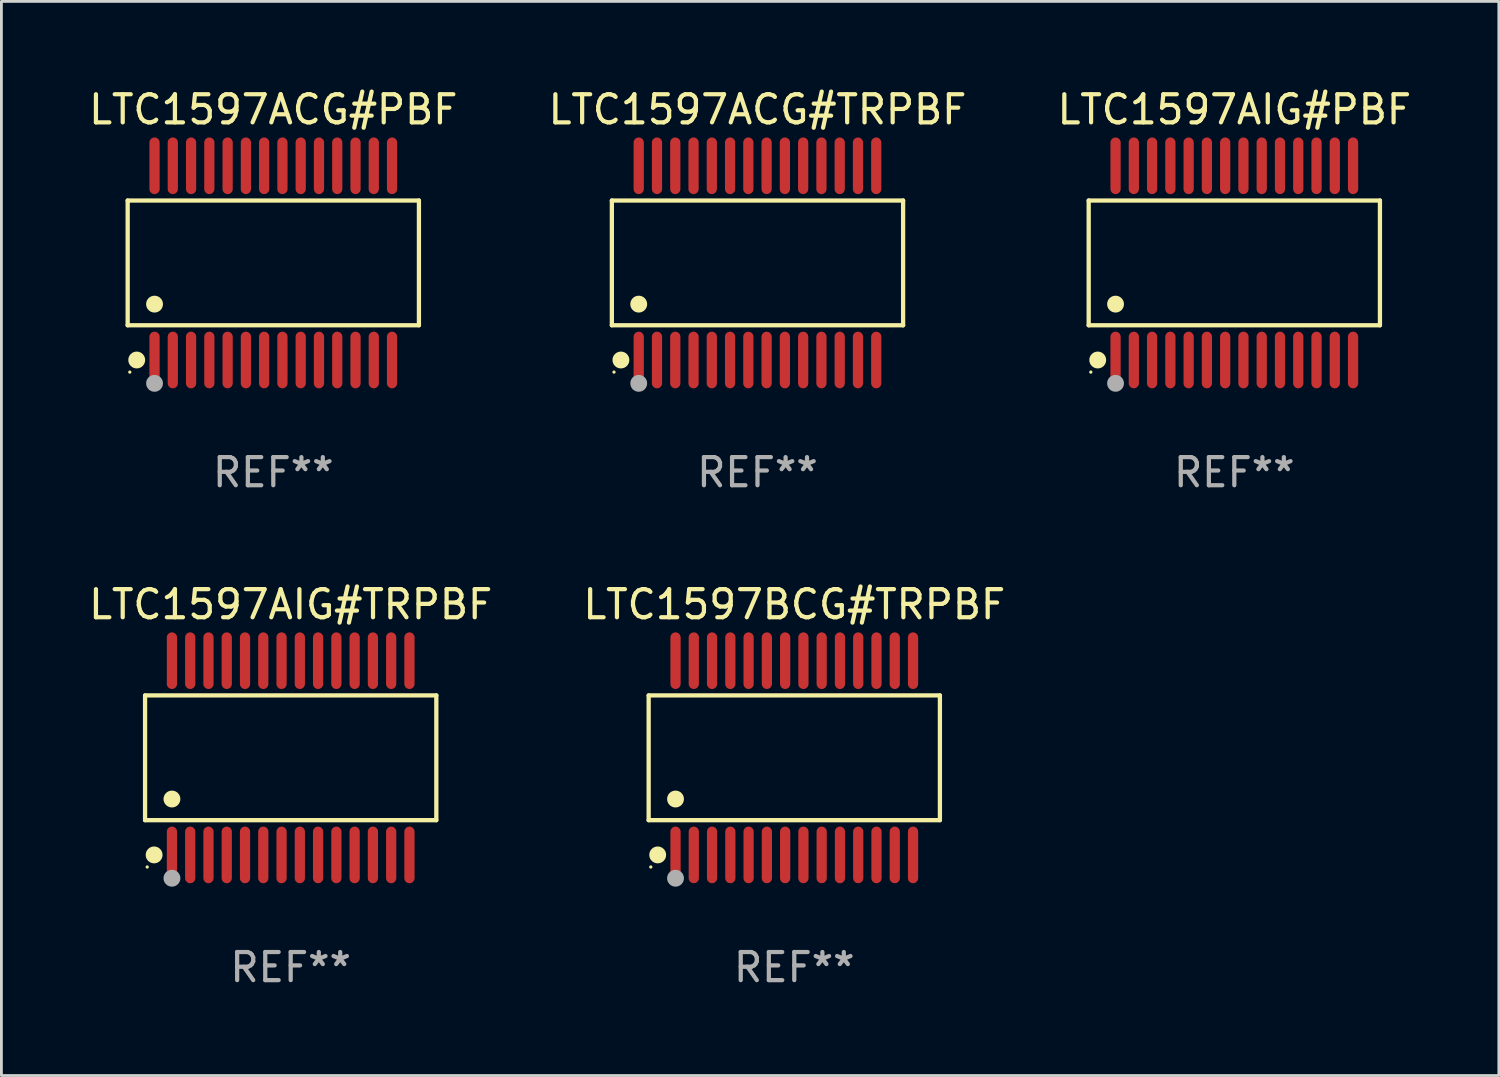
<source format=kicad_pcb>
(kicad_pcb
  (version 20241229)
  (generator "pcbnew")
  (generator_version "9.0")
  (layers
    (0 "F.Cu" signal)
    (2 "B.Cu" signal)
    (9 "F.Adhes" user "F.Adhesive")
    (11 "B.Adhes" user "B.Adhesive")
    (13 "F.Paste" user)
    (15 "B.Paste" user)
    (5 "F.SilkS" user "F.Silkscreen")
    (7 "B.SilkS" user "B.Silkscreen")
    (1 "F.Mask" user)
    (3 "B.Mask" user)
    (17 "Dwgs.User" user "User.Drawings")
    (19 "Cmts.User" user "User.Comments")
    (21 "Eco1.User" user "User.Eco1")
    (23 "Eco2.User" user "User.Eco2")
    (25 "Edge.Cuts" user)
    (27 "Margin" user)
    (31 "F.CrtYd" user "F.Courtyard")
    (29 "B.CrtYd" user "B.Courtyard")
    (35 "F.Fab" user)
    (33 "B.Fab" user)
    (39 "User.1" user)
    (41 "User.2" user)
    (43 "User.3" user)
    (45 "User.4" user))
  (footprint "LTC1597ACG#TRPBF"
    (layer "F.Cu")
    (at 23.899 6.303)
    (property "Reference" "LTC1597ACG#TRPBF" (at 0 -5.455 0) (layer "F.SilkS") (effects (font (size 1 1) (thickness 0.15))))
    (attr through_hole)
    (fp_line (start -5.181 -2.219) (end 5.181 -2.219) (stroke (width 0.152) (type solid)) (layer "F.SilkS"))
    (fp_line (start -5.181 2.219) (end -5.181 -2.219) (stroke (width 0.152) (type solid)) (layer "F.SilkS"))
    (fp_line (start 5.181 -2.219) (end 5.181 2.219) (stroke (width 0.152) (type solid)) (layer "F.SilkS"))
    (fp_line (start 5.181 2.219) (end -5.181 2.219) (stroke (width 0.152) (type solid)) (layer "F.SilkS"))
    (fp_circle (center -5.105 3.885) (end -5.075 3.885) (stroke (width 0.06) (type solid)) (fill no) (layer "F.SilkS"))
    (fp_circle (center -4.859 3.455) (end -4.709 3.455) (stroke (width 0.3) (type solid)) (fill no) (layer "F.SilkS"))
    (fp_circle (center -4.225 1.467) (end -4.075 1.467) (stroke (width 0.3) (type solid)) (fill no) (layer "F.SilkS"))
    (fp_circle (center -4.225 4.285) (end -4.075 4.285) (stroke (width 0.3) (type solid)) (fill no) (layer "F.Fab"))
    (fp_text user "REF**" (at 0 7.455 0) (layer "F.Fab") (effects (font (size 1 1) (thickness 0.15))))
    (pad "1" smd oval (at -4.225 3.455) (size 0.364 2.015) (layers "F.Cu" "F.Mask" "F.Paste"))
    (pad "2" smd oval (at -3.575 3.455) (size 0.364 2.015) (layers "F.Cu" "F.Mask" "F.Paste"))
    (pad "3" smd oval (at -2.925 3.455) (size 0.364 2.015) (layers "F.Cu" "F.Mask" "F.Paste"))
    (pad "4" smd oval (at -2.275 3.455) (size 0.364 2.015) (layers "F.Cu" "F.Mask" "F.Paste"))
    (pad "5" smd oval (at -1.625 3.455) (size 0.364 2.015) (layers "F.Cu" "F.Mask" "F.Paste"))
    (pad "6" smd oval (at -0.975 3.455) (size 0.364 2.015) (layers "F.Cu" "F.Mask" "F.Paste"))
    (pad "7" smd oval (at -0.325 3.455) (size 0.364 2.015) (layers "F.Cu" "F.Mask" "F.Paste"))
    (pad "8" smd oval (at 0.325 3.455) (size 0.364 2.015) (layers "F.Cu" "F.Mask" "F.Paste"))
    (pad "9" smd oval (at 0.975 3.455) (size 0.364 2.015) (layers "F.Cu" "F.Mask" "F.Paste"))
    (pad "10" smd oval (at 1.625 3.455) (size 0.364 2.015) (layers "F.Cu" "F.Mask" "F.Paste"))
    (pad "11" smd oval (at 2.275 3.455) (size 0.364 2.015) (layers "F.Cu" "F.Mask" "F.Paste"))
    (pad "12" smd oval (at 2.925 3.455) (size 0.364 2.015) (layers "F.Cu" "F.Mask" "F.Paste"))
    (pad "13" smd oval (at 3.575 3.455) (size 0.364 2.015) (layers "F.Cu" "F.Mask" "F.Paste"))
    (pad "14" smd oval (at 4.225 3.455) (size 0.364 2.015) (layers "F.Cu" "F.Mask" "F.Paste"))
    (pad "15" smd oval (at 4.225 -3.455) (size 0.364 2.015) (layers "F.Cu" "F.Mask" "F.Paste"))
    (pad "16" smd oval (at 3.575 -3.455) (size 0.364 2.015) (layers "F.Cu" "F.Mask" "F.Paste"))
    (pad "17" smd oval (at 2.925 -3.455) (size 0.364 2.015) (layers "F.Cu" "F.Mask" "F.Paste"))
    (pad "18" smd oval (at 2.275 -3.455) (size 0.364 2.015) (layers "F.Cu" "F.Mask" "F.Paste"))
    (pad "19" smd oval (at 1.625 -3.455) (size 0.364 2.015) (layers "F.Cu" "F.Mask" "F.Paste"))
    (pad "20" smd oval (at 0.975 -3.455) (size 0.364 2.015) (layers "F.Cu" "F.Mask" "F.Paste"))
    (pad "21" smd oval (at 0.325 -3.455) (size 0.364 2.015) (layers "F.Cu" "F.Mask" "F.Paste"))
    (pad "22" smd oval (at -0.325 -3.455) (size 0.364 2.015) (layers "F.Cu" "F.Mask" "F.Paste"))
    (pad "23" smd oval (at -0.975 -3.455) (size 0.364 2.015) (layers "F.Cu" "F.Mask" "F.Paste"))
    (pad "24" smd oval (at -1.625 -3.455) (size 0.364 2.015) (layers "F.Cu" "F.Mask" "F.Paste"))
    (pad "25" smd oval (at -2.275 -3.455) (size 0.364 2.015) (layers "F.Cu" "F.Mask" "F.Paste"))
    (pad "26" smd oval (at -2.925 -3.455) (size 0.364 2.015) (layers "F.Cu" "F.Mask" "F.Paste"))
    (pad "27" smd oval (at -3.575 -3.455) (size 0.364 2.015) (layers "F.Cu" "F.Mask" "F.Paste"))
    (pad "28" smd oval (at -4.225 -3.455) (size 0.364 2.015) (layers "F.Cu" "F.Mask" "F.Paste")))
  (footprint "LTC1597AIG#TRPBF"
    (layer "F.Cu")
    (at 7.292 23.91)
    (property "Reference" "LTC1597AIG#TRPBF" (at 0 -5.455 0) (layer "F.SilkS") (effects (font (size 1 1) (thickness 0.15))))
    (attr through_hole)
    (fp_line (start -5.181 -2.219) (end 5.181 -2.219) (stroke (width 0.152) (type solid)) (layer "F.SilkS"))
    (fp_line (start -5.181 2.219) (end -5.181 -2.219) (stroke (width 0.152) (type solid)) (layer "F.SilkS"))
    (fp_line (start 5.181 -2.219) (end 5.181 2.219) (stroke (width 0.152) (type solid)) (layer "F.SilkS"))
    (fp_line (start 5.181 2.219) (end -5.181 2.219) (stroke (width 0.152) (type solid)) (layer "F.SilkS"))
    (fp_circle (center -5.105 3.885) (end -5.075 3.885) (stroke (width 0.06) (type solid)) (fill no) (layer "F.SilkS"))
    (fp_circle (center -4.859 3.455) (end -4.709 3.455) (stroke (width 0.3) (type solid)) (fill no) (layer "F.SilkS"))
    (fp_circle (center -4.225 1.467) (end -4.075 1.467) (stroke (width 0.3) (type solid)) (fill no) (layer "F.SilkS"))
    (fp_circle (center -4.225 4.285) (end -4.075 4.285) (stroke (width 0.3) (type solid)) (fill no) (layer "F.Fab"))
    (fp_text user "REF**" (at 0 7.455 0) (layer "F.Fab") (effects (font (size 1 1) (thickness 0.15))))
    (pad "1" smd oval (at -4.225 3.455) (size 0.364 2.015) (layers "F.Cu" "F.Mask" "F.Paste"))
    (pad "2" smd oval (at -3.575 3.455) (size 0.364 2.015) (layers "F.Cu" "F.Mask" "F.Paste"))
    (pad "3" smd oval (at -2.925 3.455) (size 0.364 2.015) (layers "F.Cu" "F.Mask" "F.Paste"))
    (pad "4" smd oval (at -2.275 3.455) (size 0.364 2.015) (layers "F.Cu" "F.Mask" "F.Paste"))
    (pad "5" smd oval (at -1.625 3.455) (size 0.364 2.015) (layers "F.Cu" "F.Mask" "F.Paste"))
    (pad "6" smd oval (at -0.975 3.455) (size 0.364 2.015) (layers "F.Cu" "F.Mask" "F.Paste"))
    (pad "7" smd oval (at -0.325 3.455) (size 0.364 2.015) (layers "F.Cu" "F.Mask" "F.Paste"))
    (pad "8" smd oval (at 0.325 3.455) (size 0.364 2.015) (layers "F.Cu" "F.Mask" "F.Paste"))
    (pad "9" smd oval (at 0.975 3.455) (size 0.364 2.015) (layers "F.Cu" "F.Mask" "F.Paste"))
    (pad "10" smd oval (at 1.625 3.455) (size 0.364 2.015) (layers "F.Cu" "F.Mask" "F.Paste"))
    (pad "11" smd oval (at 2.275 3.455) (size 0.364 2.015) (layers "F.Cu" "F.Mask" "F.Paste"))
    (pad "12" smd oval (at 2.925 3.455) (size 0.364 2.015) (layers "F.Cu" "F.Mask" "F.Paste"))
    (pad "13" smd oval (at 3.575 3.455) (size 0.364 2.015) (layers "F.Cu" "F.Mask" "F.Paste"))
    (pad "14" smd oval (at 4.225 3.455) (size 0.364 2.015) (layers "F.Cu" "F.Mask" "F.Paste"))
    (pad "15" smd oval (at 4.225 -3.455) (size 0.364 2.015) (layers "F.Cu" "F.Mask" "F.Paste"))
    (pad "16" smd oval (at 3.575 -3.455) (size 0.364 2.015) (layers "F.Cu" "F.Mask" "F.Paste"))
    (pad "17" smd oval (at 2.925 -3.455) (size 0.364 2.015) (layers "F.Cu" "F.Mask" "F.Paste"))
    (pad "18" smd oval (at 2.275 -3.455) (size 0.364 2.015) (layers "F.Cu" "F.Mask" "F.Paste"))
    (pad "19" smd oval (at 1.625 -3.455) (size 0.364 2.015) (layers "F.Cu" "F.Mask" "F.Paste"))
    (pad "20" smd oval (at 0.975 -3.455) (size 0.364 2.015) (layers "F.Cu" "F.Mask" "F.Paste"))
    (pad "21" smd oval (at 0.325 -3.455) (size 0.364 2.015) (layers "F.Cu" "F.Mask" "F.Paste"))
    (pad "22" smd oval (at -0.325 -3.455) (size 0.364 2.015) (layers "F.Cu" "F.Mask" "F.Paste"))
    (pad "23" smd oval (at -0.975 -3.455) (size 0.364 2.015) (layers "F.Cu" "F.Mask" "F.Paste"))
    (pad "24" smd oval (at -1.625 -3.455) (size 0.364 2.015) (layers "F.Cu" "F.Mask" "F.Paste"))
    (pad "25" smd oval (at -2.275 -3.455) (size 0.364 2.015) (layers "F.Cu" "F.Mask" "F.Paste"))
    (pad "26" smd oval (at -2.925 -3.455) (size 0.364 2.015) (layers "F.Cu" "F.Mask" "F.Paste"))
    (pad "27" smd oval (at -3.575 -3.455) (size 0.364 2.015) (layers "F.Cu" "F.Mask" "F.Paste"))
    (pad "28" smd oval (at -4.225 -3.455) (size 0.364 2.015) (layers "F.Cu" "F.Mask" "F.Paste")))
  (footprint "LTC1597ACG#PBF"
    (layer "F.Cu")
    (at 6.673 6.303)
    (property "Reference" "LTC1597ACG#PBF" (at 0 -5.455 0) (layer "F.SilkS") (effects (font (size 1 1) (thickness 0.15))))
    (attr through_hole)
    (fp_line (start -5.181 -2.219) (end 5.181 -2.219) (stroke (width 0.152) (type solid)) (layer "F.SilkS"))
    (fp_line (start -5.181 2.219) (end -5.181 -2.219) (stroke (width 0.152) (type solid)) (layer "F.SilkS"))
    (fp_line (start 5.181 -2.219) (end 5.181 2.219) (stroke (width 0.152) (type solid)) (layer "F.SilkS"))
    (fp_line (start 5.181 2.219) (end -5.181 2.219) (stroke (width 0.152) (type solid)) (layer "F.SilkS"))
    (fp_circle (center -5.105 3.885) (end -5.075 3.885) (stroke (width 0.06) (type solid)) (fill no) (layer "F.SilkS"))
    (fp_circle (center -4.859 3.455) (end -4.709 3.455) (stroke (width 0.3) (type solid)) (fill no) (layer "F.SilkS"))
    (fp_circle (center -4.225 1.467) (end -4.075 1.467) (stroke (width 0.3) (type solid)) (fill no) (layer "F.SilkS"))
    (fp_circle (center -4.225 4.285) (end -4.075 4.285) (stroke (width 0.3) (type solid)) (fill no) (layer "F.Fab"))
    (fp_text user "REF**" (at 0 7.455 0) (layer "F.Fab") (effects (font (size 1 1) (thickness 0.15))))
    (pad "1" smd oval (at -4.225 3.455) (size 0.364 2.015) (layers "F.Cu" "F.Mask" "F.Paste"))
    (pad "2" smd oval (at -3.575 3.455) (size 0.364 2.015) (layers "F.Cu" "F.Mask" "F.Paste"))
    (pad "3" smd oval (at -2.925 3.455) (size 0.364 2.015) (layers "F.Cu" "F.Mask" "F.Paste"))
    (pad "4" smd oval (at -2.275 3.455) (size 0.364 2.015) (layers "F.Cu" "F.Mask" "F.Paste"))
    (pad "5" smd oval (at -1.625 3.455) (size 0.364 2.015) (layers "F.Cu" "F.Mask" "F.Paste"))
    (pad "6" smd oval (at -0.975 3.455) (size 0.364 2.015) (layers "F.Cu" "F.Mask" "F.Paste"))
    (pad "7" smd oval (at -0.325 3.455) (size 0.364 2.015) (layers "F.Cu" "F.Mask" "F.Paste"))
    (pad "8" smd oval (at 0.325 3.455) (size 0.364 2.015) (layers "F.Cu" "F.Mask" "F.Paste"))
    (pad "9" smd oval (at 0.975 3.455) (size 0.364 2.015) (layers "F.Cu" "F.Mask" "F.Paste"))
    (pad "10" smd oval (at 1.625 3.455) (size 0.364 2.015) (layers "F.Cu" "F.Mask" "F.Paste"))
    (pad "11" smd oval (at 2.275 3.455) (size 0.364 2.015) (layers "F.Cu" "F.Mask" "F.Paste"))
    (pad "12" smd oval (at 2.925 3.455) (size 0.364 2.015) (layers "F.Cu" "F.Mask" "F.Paste"))
    (pad "13" smd oval (at 3.575 3.455) (size 0.364 2.015) (layers "F.Cu" "F.Mask" "F.Paste"))
    (pad "14" smd oval (at 4.225 3.455) (size 0.364 2.015) (layers "F.Cu" "F.Mask" "F.Paste"))
    (pad "15" smd oval (at 4.225 -3.455) (size 0.364 2.015) (layers "F.Cu" "F.Mask" "F.Paste"))
    (pad "16" smd oval (at 3.575 -3.455) (size 0.364 2.015) (layers "F.Cu" "F.Mask" "F.Paste"))
    (pad "17" smd oval (at 2.925 -3.455) (size 0.364 2.015) (layers "F.Cu" "F.Mask" "F.Paste"))
    (pad "18" smd oval (at 2.275 -3.455) (size 0.364 2.015) (layers "F.Cu" "F.Mask" "F.Paste"))
    (pad "19" smd oval (at 1.625 -3.455) (size 0.364 2.015) (layers "F.Cu" "F.Mask" "F.Paste"))
    (pad "20" smd oval (at 0.975 -3.455) (size 0.364 2.015) (layers "F.Cu" "F.Mask" "F.Paste"))
    (pad "21" smd oval (at 0.325 -3.455) (size 0.364 2.015) (layers "F.Cu" "F.Mask" "F.Paste"))
    (pad "22" smd oval (at -0.325 -3.455) (size 0.364 2.015) (layers "F.Cu" "F.Mask" "F.Paste"))
    (pad "23" smd oval (at -0.975 -3.455) (size 0.364 2.015) (layers "F.Cu" "F.Mask" "F.Paste"))
    (pad "24" smd oval (at -1.625 -3.455) (size 0.364 2.015) (layers "F.Cu" "F.Mask" "F.Paste"))
    (pad "25" smd oval (at -2.275 -3.455) (size 0.364 2.015) (layers "F.Cu" "F.Mask" "F.Paste"))
    (pad "26" smd oval (at -2.925 -3.455) (size 0.364 2.015) (layers "F.Cu" "F.Mask" "F.Paste"))
    (pad "27" smd oval (at -3.575 -3.455) (size 0.364 2.015) (layers "F.Cu" "F.Mask" "F.Paste"))
    (pad "28" smd oval (at -4.225 -3.455) (size 0.364 2.015) (layers "F.Cu" "F.Mask" "F.Paste")))
  (footprint "LTC1597BCG#TRPBF"
    (layer "F.Cu")
    (at 25.208 23.91)
    (property "Reference" "LTC1597BCG#TRPBF" (at 0 -5.455 0) (layer "F.SilkS") (effects (font (size 1 1) (thickness 0.15))))
    (attr through_hole)
    (fp_line (start -5.181 -2.219) (end 5.181 -2.219) (stroke (width 0.152) (type solid)) (layer "F.SilkS"))
    (fp_line (start -5.181 2.219) (end -5.181 -2.219) (stroke (width 0.152) (type solid)) (layer "F.SilkS"))
    (fp_line (start 5.181 -2.219) (end 5.181 2.219) (stroke (width 0.152) (type solid)) (layer "F.SilkS"))
    (fp_line (start 5.181 2.219) (end -5.181 2.219) (stroke (width 0.152) (type solid)) (layer "F.SilkS"))
    (fp_circle (center -5.105 3.885) (end -5.075 3.885) (stroke (width 0.06) (type solid)) (fill no) (layer "F.SilkS"))
    (fp_circle (center -4.859 3.455) (end -4.709 3.455) (stroke (width 0.3) (type solid)) (fill no) (layer "F.SilkS"))
    (fp_circle (center -4.225 1.467) (end -4.075 1.467) (stroke (width 0.3) (type solid)) (fill no) (layer "F.SilkS"))
    (fp_circle (center -4.225 4.285) (end -4.075 4.285) (stroke (width 0.3) (type solid)) (fill no) (layer "F.Fab"))
    (fp_text user "REF**" (at 0 7.455 0) (layer "F.Fab") (effects (font (size 1 1) (thickness 0.15))))
    (pad "1" smd oval (at -4.225 3.455) (size 0.364 2.015) (layers "F.Cu" "F.Mask" "F.Paste"))
    (pad "2" smd oval (at -3.575 3.455) (size 0.364 2.015) (layers "F.Cu" "F.Mask" "F.Paste"))
    (pad "3" smd oval (at -2.925 3.455) (size 0.364 2.015) (layers "F.Cu" "F.Mask" "F.Paste"))
    (pad "4" smd oval (at -2.275 3.455) (size 0.364 2.015) (layers "F.Cu" "F.Mask" "F.Paste"))
    (pad "5" smd oval (at -1.625 3.455) (size 0.364 2.015) (layers "F.Cu" "F.Mask" "F.Paste"))
    (pad "6" smd oval (at -0.975 3.455) (size 0.364 2.015) (layers "F.Cu" "F.Mask" "F.Paste"))
    (pad "7" smd oval (at -0.325 3.455) (size 0.364 2.015) (layers "F.Cu" "F.Mask" "F.Paste"))
    (pad "8" smd oval (at 0.325 3.455) (size 0.364 2.015) (layers "F.Cu" "F.Mask" "F.Paste"))
    (pad "9" smd oval (at 0.975 3.455) (size 0.364 2.015) (layers "F.Cu" "F.Mask" "F.Paste"))
    (pad "10" smd oval (at 1.625 3.455) (size 0.364 2.015) (layers "F.Cu" "F.Mask" "F.Paste"))
    (pad "11" smd oval (at 2.275 3.455) (size 0.364 2.015) (layers "F.Cu" "F.Mask" "F.Paste"))
    (pad "12" smd oval (at 2.925 3.455) (size 0.364 2.015) (layers "F.Cu" "F.Mask" "F.Paste"))
    (pad "13" smd oval (at 3.575 3.455) (size 0.364 2.015) (layers "F.Cu" "F.Mask" "F.Paste"))
    (pad "14" smd oval (at 4.225 3.455) (size 0.364 2.015) (layers "F.Cu" "F.Mask" "F.Paste"))
    (pad "15" smd oval (at 4.225 -3.455) (size 0.364 2.015) (layers "F.Cu" "F.Mask" "F.Paste"))
    (pad "16" smd oval (at 3.575 -3.455) (size 0.364 2.015) (layers "F.Cu" "F.Mask" "F.Paste"))
    (pad "17" smd oval (at 2.925 -3.455) (size 0.364 2.015) (layers "F.Cu" "F.Mask" "F.Paste"))
    (pad "18" smd oval (at 2.275 -3.455) (size 0.364 2.015) (layers "F.Cu" "F.Mask" "F.Paste"))
    (pad "19" smd oval (at 1.625 -3.455) (size 0.364 2.015) (layers "F.Cu" "F.Mask" "F.Paste"))
    (pad "20" smd oval (at 0.975 -3.455) (size 0.364 2.015) (layers "F.Cu" "F.Mask" "F.Paste"))
    (pad "21" smd oval (at 0.325 -3.455) (size 0.364 2.015) (layers "F.Cu" "F.Mask" "F.Paste"))
    (pad "22" smd oval (at -0.325 -3.455) (size 0.364 2.015) (layers "F.Cu" "F.Mask" "F.Paste"))
    (pad "23" smd oval (at -0.975 -3.455) (size 0.364 2.015) (layers "F.Cu" "F.Mask" "F.Paste"))
    (pad "24" smd oval (at -1.625 -3.455) (size 0.364 2.015) (layers "F.Cu" "F.Mask" "F.Paste"))
    (pad "25" smd oval (at -2.275 -3.455) (size 0.364 2.015) (layers "F.Cu" "F.Mask" "F.Paste"))
    (pad "26" smd oval (at -2.925 -3.455) (size 0.364 2.015) (layers "F.Cu" "F.Mask" "F.Paste"))
    (pad "27" smd oval (at -3.575 -3.455) (size 0.364 2.015) (layers "F.Cu" "F.Mask" "F.Paste"))
    (pad "28" smd oval (at -4.225 -3.455) (size 0.364 2.015) (layers "F.Cu" "F.Mask" "F.Paste")))
  (footprint "LTC1597AIG#PBF"
    (layer "F.Cu")
    (at 40.863 6.303)
    (property "Reference" "LTC1597AIG#PBF" (at 0 -5.455 0) (layer "F.SilkS") (effects (font (size 1 1) (thickness 0.15))))
    (attr through_hole)
    (fp_line (start -5.181 -2.219) (end 5.181 -2.219) (stroke (width 0.152) (type solid)) (layer "F.SilkS"))
    (fp_line (start -5.181 2.219) (end -5.181 -2.219) (stroke (width 0.152) (type solid)) (layer "F.SilkS"))
    (fp_line (start 5.181 -2.219) (end 5.181 2.219) (stroke (width 0.152) (type solid)) (layer "F.SilkS"))
    (fp_line (start 5.181 2.219) (end -5.181 2.219) (stroke (width 0.152) (type solid)) (layer "F.SilkS"))
    (fp_circle (center -5.105 3.885) (end -5.075 3.885) (stroke (width 0.06) (type solid)) (fill no) (layer "F.SilkS"))
    (fp_circle (center -4.859 3.455) (end -4.709 3.455) (stroke (width 0.3) (type solid)) (fill no) (layer "F.SilkS"))
    (fp_circle (center -4.225 1.467) (end -4.075 1.467) (stroke (width 0.3) (type solid)) (fill no) (layer "F.SilkS"))
    (fp_circle (center -4.225 4.285) (end -4.075 4.285) (stroke (width 0.3) (type solid)) (fill no) (layer "F.Fab"))
    (fp_text user "REF**" (at 0 7.455 0) (layer "F.Fab") (effects (font (size 1 1) (thickness 0.15))))
    (pad "1" smd oval (at -4.225 3.455) (size 0.364 2.015) (layers "F.Cu" "F.Mask" "F.Paste"))
    (pad "2" smd oval (at -3.575 3.455) (size 0.364 2.015) (layers "F.Cu" "F.Mask" "F.Paste"))
    (pad "3" smd oval (at -2.925 3.455) (size 0.364 2.015) (layers "F.Cu" "F.Mask" "F.Paste"))
    (pad "4" smd oval (at -2.275 3.455) (size 0.364 2.015) (layers "F.Cu" "F.Mask" "F.Paste"))
    (pad "5" smd oval (at -1.625 3.455) (size 0.364 2.015) (layers "F.Cu" "F.Mask" "F.Paste"))
    (pad "6" smd oval (at -0.975 3.455) (size 0.364 2.015) (layers "F.Cu" "F.Mask" "F.Paste"))
    (pad "7" smd oval (at -0.325 3.455) (size 0.364 2.015) (layers "F.Cu" "F.Mask" "F.Paste"))
    (pad "8" smd oval (at 0.325 3.455) (size 0.364 2.015) (layers "F.Cu" "F.Mask" "F.Paste"))
    (pad "9" smd oval (at 0.975 3.455) (size 0.364 2.015) (layers "F.Cu" "F.Mask" "F.Paste"))
    (pad "10" smd oval (at 1.625 3.455) (size 0.364 2.015) (layers "F.Cu" "F.Mask" "F.Paste"))
    (pad "11" smd oval (at 2.275 3.455) (size 0.364 2.015) (layers "F.Cu" "F.Mask" "F.Paste"))
    (pad "12" smd oval (at 2.925 3.455) (size 0.364 2.015) (layers "F.Cu" "F.Mask" "F.Paste"))
    (pad "13" smd oval (at 3.575 3.455) (size 0.364 2.015) (layers "F.Cu" "F.Mask" "F.Paste"))
    (pad "14" smd oval (at 4.225 3.455) (size 0.364 2.015) (layers "F.Cu" "F.Mask" "F.Paste"))
    (pad "15" smd oval (at 4.225 -3.455) (size 0.364 2.015) (layers "F.Cu" "F.Mask" "F.Paste"))
    (pad "16" smd oval (at 3.575 -3.455) (size 0.364 2.015) (layers "F.Cu" "F.Mask" "F.Paste"))
    (pad "17" smd oval (at 2.925 -3.455) (size 0.364 2.015) (layers "F.Cu" "F.Mask" "F.Paste"))
    (pad "18" smd oval (at 2.275 -3.455) (size 0.364 2.015) (layers "F.Cu" "F.Mask" "F.Paste"))
    (pad "19" smd oval (at 1.625 -3.455) (size 0.364 2.015) (layers "F.Cu" "F.Mask" "F.Paste"))
    (pad "20" smd oval (at 0.975 -3.455) (size 0.364 2.015) (layers "F.Cu" "F.Mask" "F.Paste"))
    (pad "21" smd oval (at 0.325 -3.455) (size 0.364 2.015) (layers "F.Cu" "F.Mask" "F.Paste"))
    (pad "22" smd oval (at -0.325 -3.455) (size 0.364 2.015) (layers "F.Cu" "F.Mask" "F.Paste"))
    (pad "23" smd oval (at -0.975 -3.455) (size 0.364 2.015) (layers "F.Cu" "F.Mask" "F.Paste"))
    (pad "24" smd oval (at -1.625 -3.455) (size 0.364 2.015) (layers "F.Cu" "F.Mask" "F.Paste"))
    (pad "25" smd oval (at -2.275 -3.455) (size 0.364 2.015) (layers "F.Cu" "F.Mask" "F.Paste"))
    (pad "26" smd oval (at -2.925 -3.455) (size 0.364 2.015) (layers "F.Cu" "F.Mask" "F.Paste"))
    (pad "27" smd oval (at -3.575 -3.455) (size 0.364 2.015) (layers "F.Cu" "F.Mask" "F.Paste"))
    (pad "28" smd oval (at -4.225 -3.455) (size 0.364 2.015) (layers "F.Cu" "F.Mask" "F.Paste")))
  (gr_rect
    (start -3 -3)
    (end 50.274 35.214)
    (stroke (width 0.1) (type default))
    (fill no)
    (layer "Edge.Cuts")))
</source>
